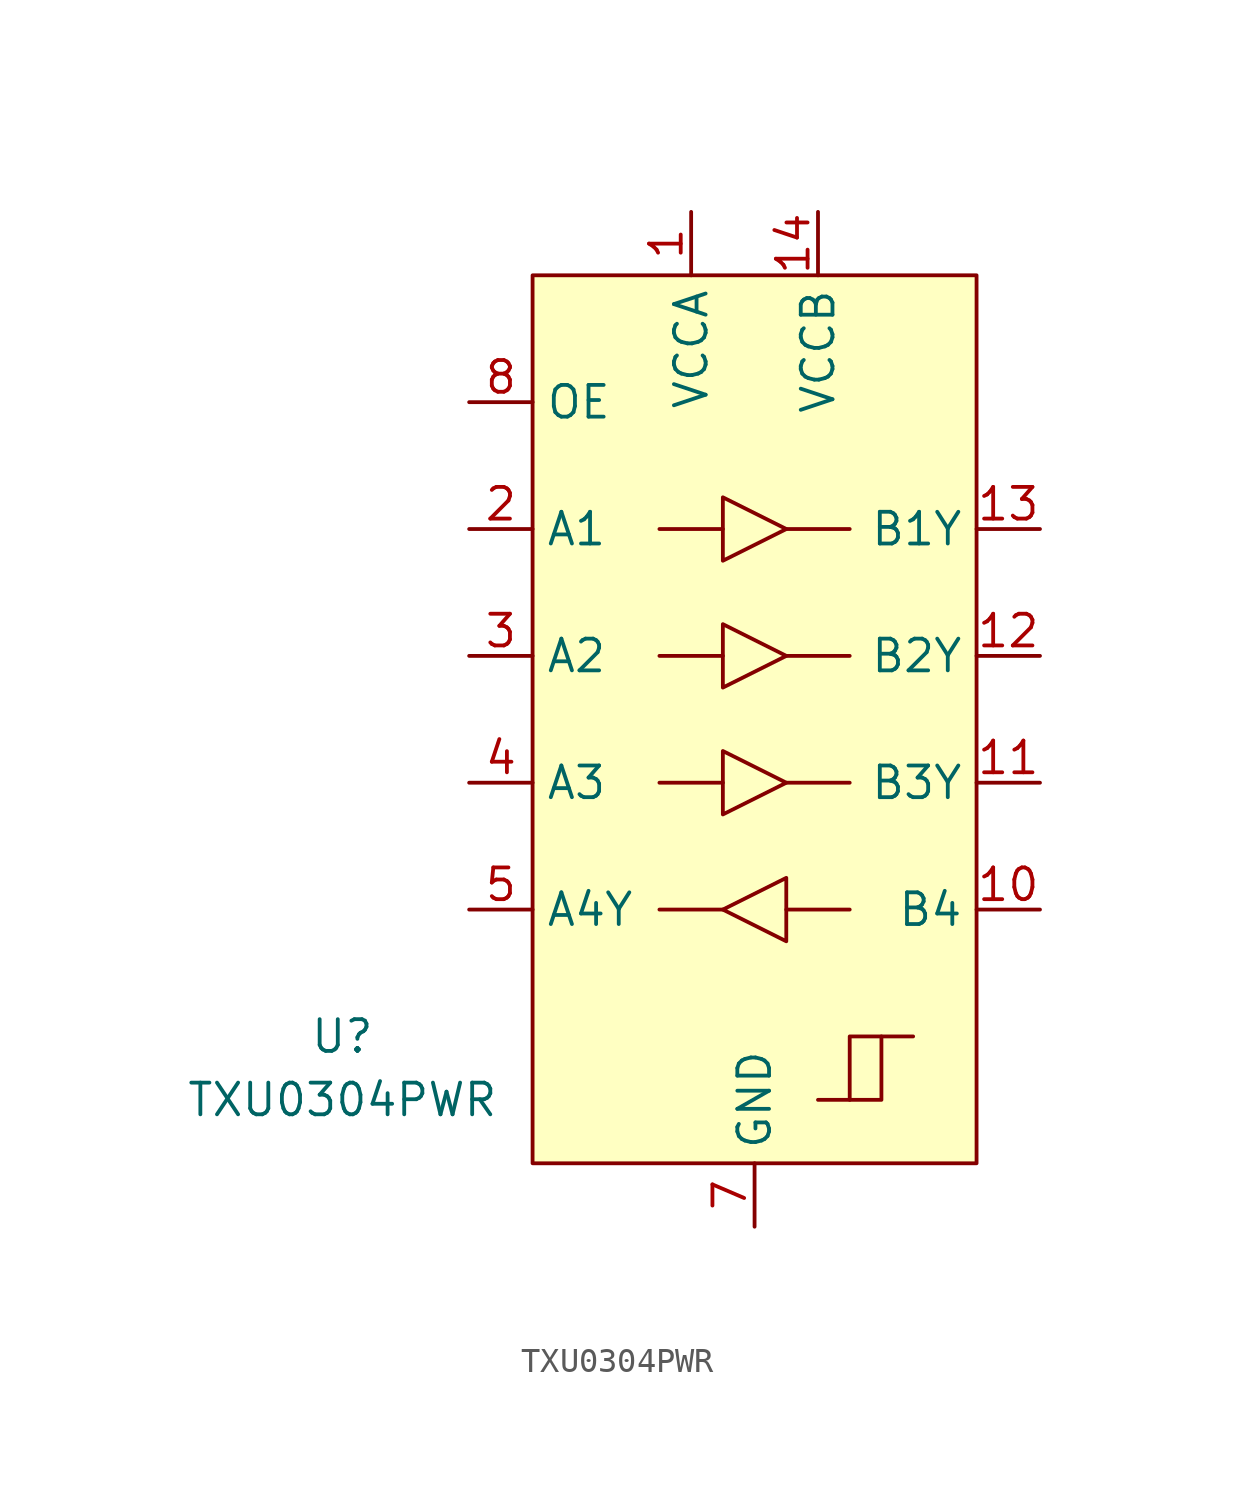
<source format=kicad_sym>
(kicad_symbol_lib
  (version 20211014)
  (generator kicad_symbol_editor)
  (symbol "TXU0304PWR"
    (property "Reference" "U"
      (at -16.51 -22.86 0)
      (effects (font (size 1.27 1.27))))
    (property "Value" "TXU0304PWR"
      (at -16.51 -25.4 0)
      (effects (font (size 1.27 1.27))))
    (symbol "TXU0304PWR_0_1"
      (rectangle (start -8.89 7.62) (end 8.89 -27.94) (stroke (width 0) (type default) (color 0 0 0 0)) (fill (type background)))
      (polyline (pts (xy -1.27 -17.78) (xy -3.81 -17.78)) (stroke (width 0) (type default) (color 0 0 0 0)) (fill (type none)))
      (polyline (pts (xy -1.27 -12.7) (xy -3.81 -12.7)) (stroke (width 0) (type default) (color 0 0 0 0)) (fill (type none)))
      (polyline (pts (xy -1.27 -7.62) (xy -3.81 -7.62)) (stroke (width 0) (type default) (color 0 0 0 0)) (fill (type none)))
      (polyline (pts (xy -1.27 -2.54) (xy -3.81 -2.54)) (stroke (width 0) (type default) (color 0 0 0 0)) (fill (type none)))
      (polyline (pts (xy 1.27 -17.78) (xy 3.81 -17.78)) (stroke (width 0) (type default) (color 0 0 0 0)) (fill (type none)))
      (polyline (pts (xy 1.27 -12.7) (xy 3.81 -12.7)) (stroke (width 0) (type default) (color 0 0 0 0)) (fill (type none)))
      (polyline (pts (xy 1.27 -7.62) (xy 3.81 -7.62)) (stroke (width 0) (type default) (color 0 0 0 0)) (fill (type none)))
      (polyline (pts (xy 1.27 -2.54) (xy 3.81 -2.54)) (stroke (width 0) (type default) (color 0 0 0 0)) (fill (type none)))
      (polyline (pts (xy 5.08 -22.86) (xy 5.08 -25.4) (xy 2.54 -25.4)) (stroke (width 0) (type default) (color 0 0 0 0)) (fill (type none)))
      (polyline (pts (xy 6.35 -22.86) (xy 3.81 -22.86) (xy 3.81 -25.4)) (stroke (width 0) (type default) (color 0 0 0 0)) (fill (type none)))
      (polyline (pts (xy -1.27 -11.43) (xy -1.27 -13.97) (xy 1.27 -12.7) (xy -1.27 -11.43)) (stroke (width 0) (type default) (color 0 0 0 0)) (fill (type none)))
      (polyline (pts (xy -1.27 -6.35) (xy -1.27 -8.89) (xy 1.27 -7.62) (xy -1.27 -6.35)) (stroke (width 0) (type default) (color 0 0 0 0)) (fill (type none)))
      (polyline (pts (xy -1.27 -1.27) (xy -1.27 -3.81) (xy 1.27 -2.54) (xy -1.27 -1.27)) (stroke (width 0) (type default) (color 0 0 0 0)) (fill (type none)))
      (polyline (pts (xy 1.27 -19.05) (xy 1.27 -16.51) (xy -1.27 -17.78) (xy 1.27 -19.05)) (stroke (width 0) (type default) (color 0 0 0 0)) (fill (type none))))
    (symbol "TXU0304PWR_1_1"
      (pin power_in line (at -2.54 10.16 270) (length 2.54) (name "VCCA" (effects (font (size 1.27 1.27)))) (number "1" (effects (font (size 1.27 1.27)))))
      (pin input line (at 11.43 -17.78 180) (length 2.54) (name "B4" (effects (font (size 1.27 1.27)))) (number "10" (effects (font (size 1.27 1.27)))))
      (pin output line (at 11.43 -12.7 180) (length 2.54) (name "B3Y" (effects (font (size 1.27 1.27)))) (number "11" (effects (font (size 1.27 1.27)))))
      (pin output line (at 11.43 -7.62 180) (length 2.54) (name "B2Y" (effects (font (size 1.27 1.27)))) (number "12" (effects (font (size 1.27 1.27)))))
      (pin output line (at 11.43 -2.54 180) (length 2.54) (name "B1Y" (effects (font (size 1.27 1.27)))) (number "13" (effects (font (size 1.27 1.27)))))
      (pin power_in line (at 2.54 10.16 270) (length 2.54) (name "VCCB" (effects (font (size 1.27 1.27)))) (number "14" (effects (font (size 1.27 1.27)))))
      (pin input line (at -11.43 -2.54 0) (length 2.54) (name "A1" (effects (font (size 1.27 1.27)))) (number "2" (effects (font (size 1.27 1.27)))))
      (pin input line (at -11.43 -7.62 0) (length 2.54) (name "A2" (effects (font (size 1.27 1.27)))) (number "3" (effects (font (size 1.27 1.27)))))
      (pin input line (at -11.43 -12.7 0) (length 2.54) (name "A3" (effects (font (size 1.27 1.27)))) (number "4" (effects (font (size 1.27 1.27)))))
      (pin output line (at -11.43 -17.78 0) (length 2.54) (name "A4Y" (effects (font (size 1.27 1.27)))) (number "5" (effects (font (size 1.27 1.27)))))
      (pin power_in line (at 0 -30.48 90) (length 2.54) (name "GND" (effects (font (size 1.27 1.27)))) (number "7" (effects (font (size 1.27 1.27)))))
      (pin input line (at -11.43 2.54 0) (length 2.54) (name "OE" (effects (font (size 1.27 1.27)))) (number "8" (effects (font (size 1.27 1.27))))))))
</source>
